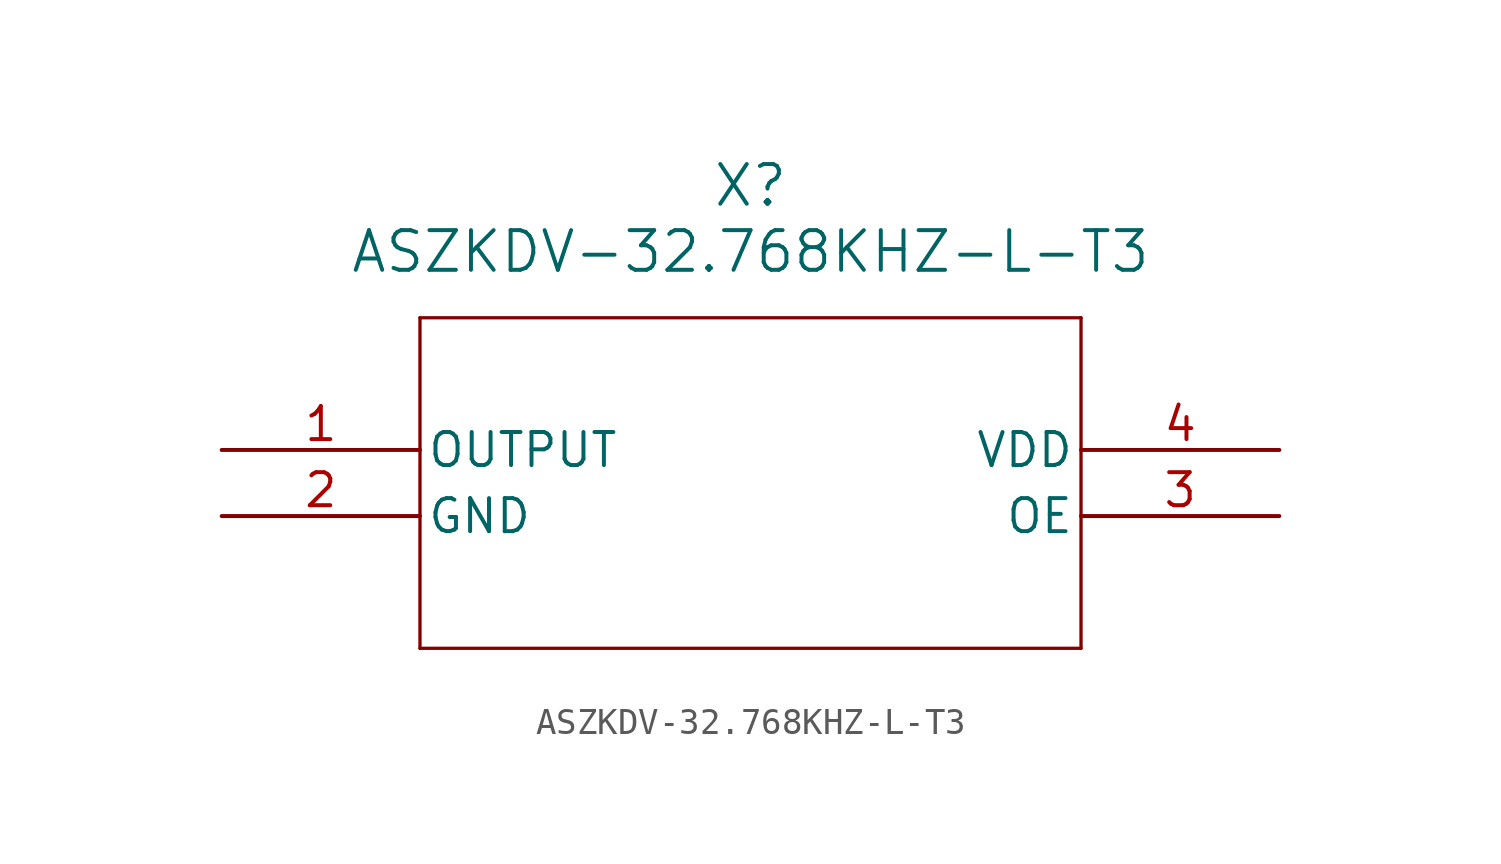
<source format=kicad_sym>
(kicad_symbol_lib
  (version 20211014)
  (generator kicad_symbol_editor)
  (symbol "ASZKDV-32.768KHZ-L-T3"
    (pin_names
      (offset 0.254))
    (property "Reference" "X"
      (at 20.32 10.16 0)
      (effects (font (size 1.524 1.524))))
    (property "Value" "ASZKDV-32.768KHZ-L-T3"
      (at 20.32 7.62 0)
      (effects (font (size 1.524 1.524))))
    (symbol "ASZKDV-32.768KHZ-L-T3_0_1"
      (polyline (pts (xy 7.62 5.08) (xy 7.62 -7.62)) (stroke (width 0.127) (type default) (color 0 0 0 0)) (fill (type none)))
      (polyline (pts (xy 7.62 -7.62) (xy 33.02 -7.62)) (stroke (width 0.127) (type default) (color 0 0 0 0)) (fill (type none)))
      (polyline (pts (xy 33.02 -7.62) (xy 33.02 5.08)) (stroke (width 0.127) (type default) (color 0 0 0 0)) (fill (type none)))
      (polyline (pts (xy 33.02 5.08) (xy 7.62 5.08)) (stroke (width 0.127) (type default) (color 0 0 0 0)) (fill (type none)))
      (pin output line (at 0 0 0) (length 7.62) (name "OUTPUT" (effects (font (size 1.27 1.27)))) (number "1" (effects (font (size 1.27 1.27)))))
      (pin power_out line (at 0 -2.54 0) (length 7.62) (name "GND" (effects (font (size 1.27 1.27)))) (number "2" (effects (font (size 1.27 1.27)))))
      (pin input line (at 40.64 -2.54 180) (length 7.62) (name "OE" (effects (font (size 1.27 1.27)))) (number "3" (effects (font (size 1.27 1.27)))))
      (pin power_in line (at 40.64 0 180) (length 7.62) (name "VDD" (effects (font (size 1.27 1.27)))) (number "4" (effects (font (size 1.27 1.27))))))))
</source>
